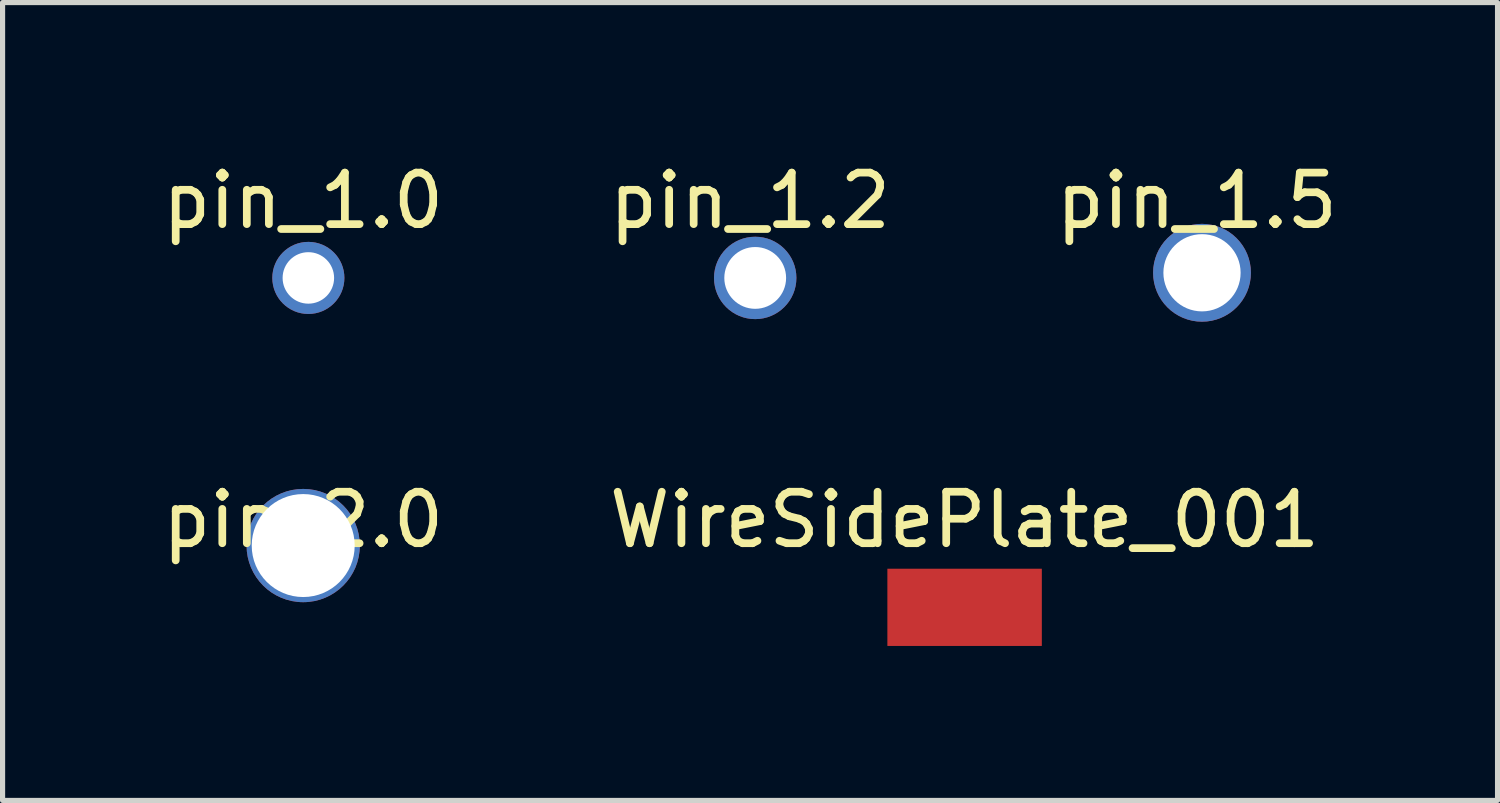
<source format=kicad_pcb>
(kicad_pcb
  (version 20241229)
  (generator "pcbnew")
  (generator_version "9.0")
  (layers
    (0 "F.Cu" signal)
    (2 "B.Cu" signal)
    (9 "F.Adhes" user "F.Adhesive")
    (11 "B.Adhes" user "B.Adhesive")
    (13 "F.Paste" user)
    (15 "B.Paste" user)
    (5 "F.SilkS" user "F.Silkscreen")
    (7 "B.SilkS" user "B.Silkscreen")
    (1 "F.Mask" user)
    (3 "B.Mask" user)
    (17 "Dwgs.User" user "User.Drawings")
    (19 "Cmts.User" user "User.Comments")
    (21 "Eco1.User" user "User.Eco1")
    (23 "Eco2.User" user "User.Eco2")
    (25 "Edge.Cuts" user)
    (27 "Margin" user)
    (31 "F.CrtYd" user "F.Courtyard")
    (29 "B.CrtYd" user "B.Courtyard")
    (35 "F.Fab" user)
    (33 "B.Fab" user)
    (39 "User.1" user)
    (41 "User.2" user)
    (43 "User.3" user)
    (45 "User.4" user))
  (footprint "pin_1.2"
    (layer "F.Cu")
    (at 11.518 0.348)
    (property "Reference" "pin_1.2" (at 0 0.5 0) (layer "F.SilkS") (effects (font (size 1 1) (thickness 0.15))))
    (attr through_hole)
    (pad "1" thru_hole circle (at 0.1 2) (size 1.6 1.6) (drill 1.2) (layers "*.Cu" "*.Mask")))
  (footprint "pin_1.5"
    (layer "F.Cu")
    (at 20.196 0.348)
    (property "Reference" "pin_1.5" (at 0 0.5 0) (layer "F.SilkS") (effects (font (size 1 1) (thickness 0.15))))
    (attr through_hole)
    (pad "1" thru_hole circle (at 0.1 1.9) (size 1.9 1.9) (drill 1.5) (layers "*.Cu" "*.Mask")))
  (footprint "pin_2.0"
    (layer "F.Cu")
    (at 2.839 6.546)
    (property "Reference" "pin_2.0" (at 0 0.5 0) (layer "F.SilkS") (effects (font (size 1 1) (thickness 0.15))))
    (attr through_hole)
    (pad "1" thru_hole circle (at 0 1) (size 2.2 2.2) (drill 2) (layers "*.Cu" "*.Mask")))
  (footprint "WireSidePlate_001"
    (layer "F.Cu")
    (at 15.685 6.546)
    (property "Reference" "WireSidePlate_001" (at 0 0.5 0) (layer "F.SilkS") (effects (font (size 1 1) (thickness 0.15))))
    (attr through_hole)
    (pad "1" smd rect (at 0 2.2) (size 3 1.5) (layers "F.Cu" "F.Mask" "F.Paste")))
  (footprint "pin_1.0"
    (layer "F.Cu")
    (at 2.839 0.348)
    (property "Reference" "pin_1.0" (at 0 0.5 0) (layer "F.SilkS") (effects (font (size 1 1) (thickness 0.15))))
    (attr through_hole)
    (pad "1" thru_hole circle (at 0.1 2) (size 1.4 1.4) (drill 1) (layers "*.Cu" "*.Mask")))
  (gr_rect
    (start -3 -3)
    (end 26.036 12.496)
    (stroke (width 0.1) (type default))
    (fill no)
    (layer "Edge.Cuts")))
</source>
